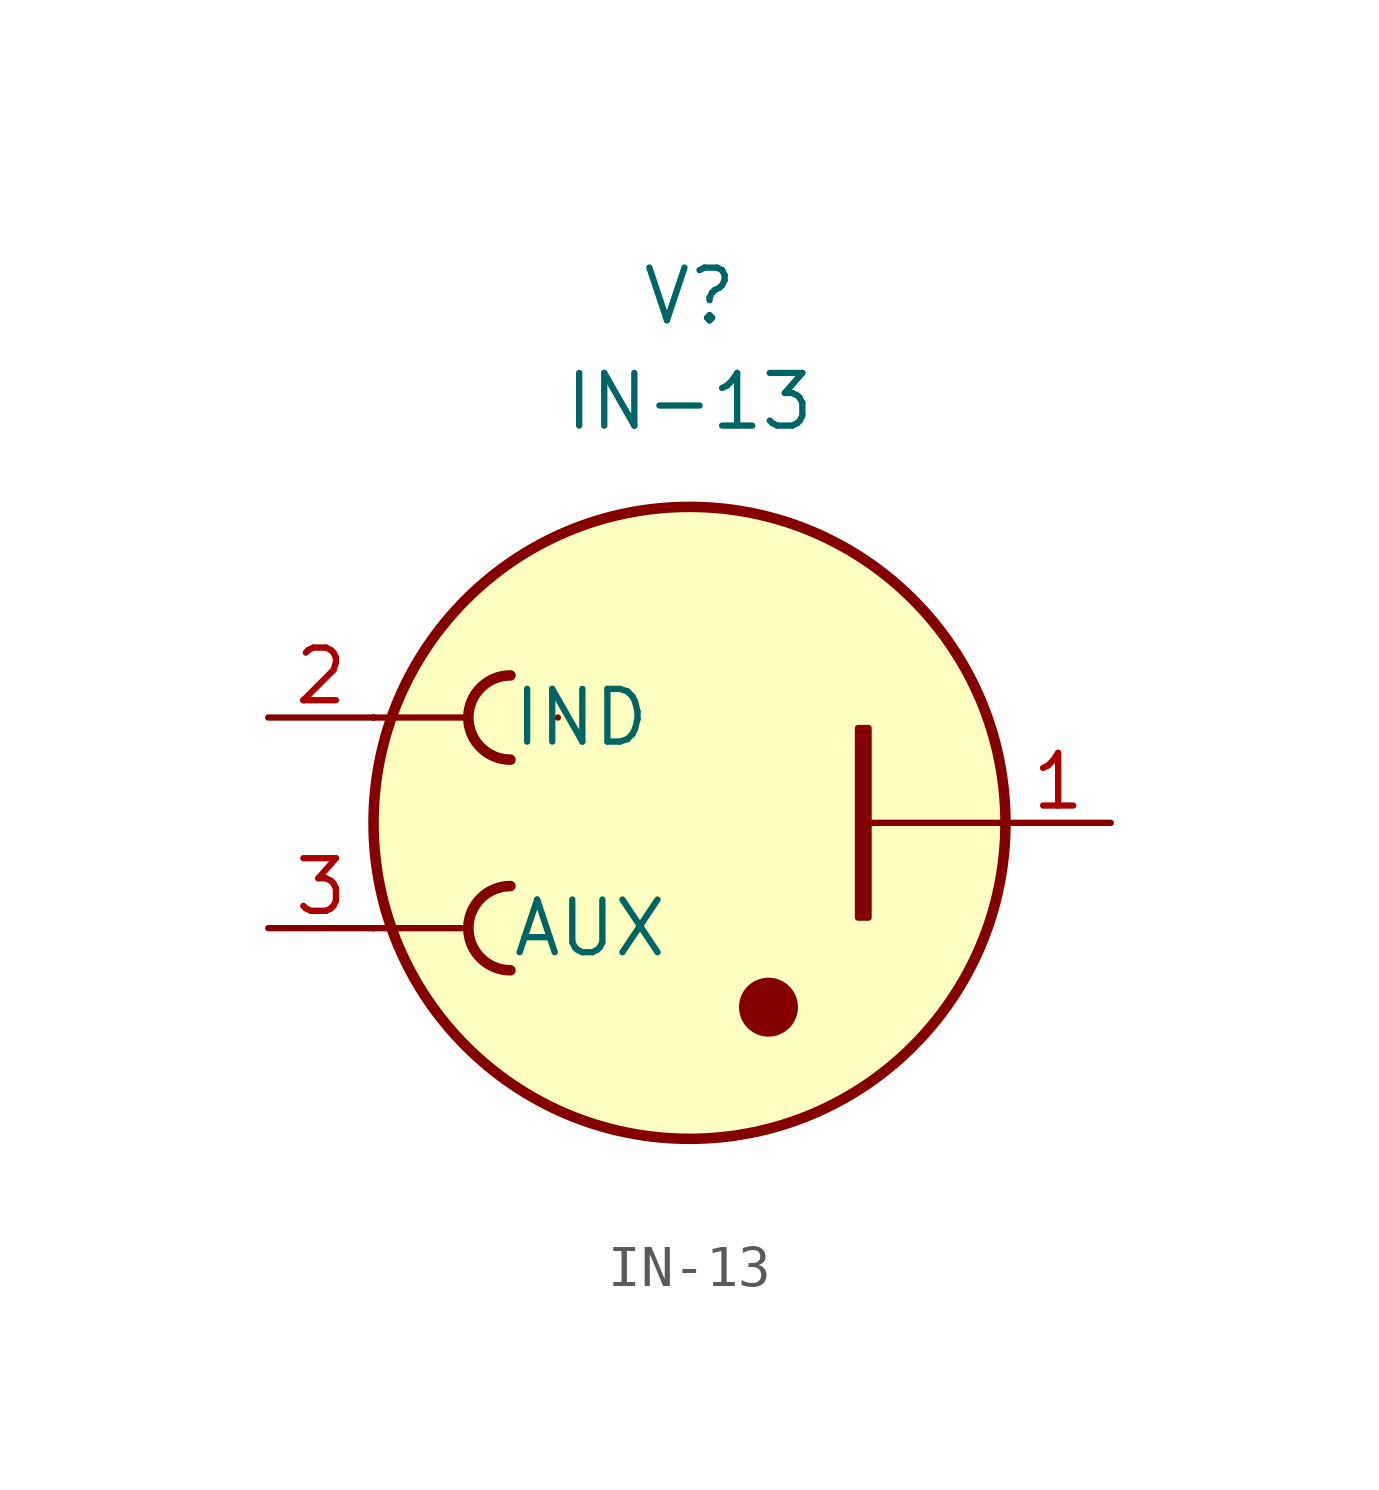
<source format=kicad_sym>
(kicad_symbol_lib
  (version 20231120)
  (generator "kicad_symbol_editor")
  (generator_version "8.0")
  (symbol "IN-13"
    (pin_names hide)
    (property "Reference" "V"
      (at 0 12.7 0)
      (do_not_autoplace)
      (effects (font (size 1.27 1.27))))
    (property "Value" "IN-13"
      (at 0 10.16 0)
      (do_not_autoplace)
      (effects (font (size 1.27 1.27))))
    (symbol "IN-13_1_1"
      (arc (start -4.318 -1.524) (mid -5.334 -2.54) (end -4.318 -3.556) (stroke (width 0.254) (type default)) (fill (type none)))
      (arc (start -4.318 3.556) (mid -5.334 2.54) (end -4.318 1.524) (stroke (width 0.254) (type default)) (fill (type none)))
      (polyline (pts (xy -7.62 -2.54) (xy -7.62 -2.54)) (stroke (width 0) (type default)) (fill (type none)))
      (polyline (pts (xy -7.62 2.54) (xy -7.62 2.54)) (stroke (width 0) (type default)) (fill (type none)))
      (polyline (pts (xy -7.62 2.54) (xy -7.62 2.54)) (stroke (width 0) (type default)) (fill (type none)))
      (polyline (pts (xy -5.334 -2.54) (xy -7.62 -2.54)) (stroke (width 0) (type default)) (fill (type none)))
      (polyline (pts (xy -5.334 2.54) (xy -7.62 2.54)) (stroke (width 0) (type default)) (fill (type none)))
      (polyline (pts (xy -3.175 2.54) (xy -3.175 2.54)) (stroke (width 0) (type default)) (fill (type none)))
      (polyline (pts (xy 4.318 0) (xy 7.62 0)) (stroke (width 0) (type default)) (fill (type none)))
      (circle (center 0 0) (radius 7.62) (stroke (width 0.254) (type default)) (fill (type background)))
      (circle (center 1.905 -4.445) (radius 0.635) (stroke (width 0) (type default)) (fill (type outline)))
      (rectangle (start 4.318 2.286) (end 4.064 -2.286) (stroke (width 0) (type default)) (fill (type outline)))
      (text "AUX" (at -4.318 -2.54 0) (effects (font (size 1.27 1.27) (color 0 100 100 1)) (justify left)))
      (text "IND" (at -4.318 2.54 0) (effects (font (size 1.27 1.27) (color 0 100 100 1)) (justify left)))
      (pin bidirectional line (at 10.16 0 180) (length 2.54) (name "A" (effects (font (size 1.27 1.27)))) (number "1" (effects (font (size 1.27 1.27)))))
      (pin bidirectional line (at -10.16 2.54 0) (length 2.54) (name "IND_Cathode" (effects (font (size 1.27 1.27)))) (number "2" (effects (font (size 1.27 1.27)))))
      (pin bidirectional line (at -10.16 -2.54 0) (length 2.54) (name "AUX_Cathode" (effects (font (size 1.27 1.27)))) (number "3" (effects (font (size 1.27 1.27))))))))
</source>
